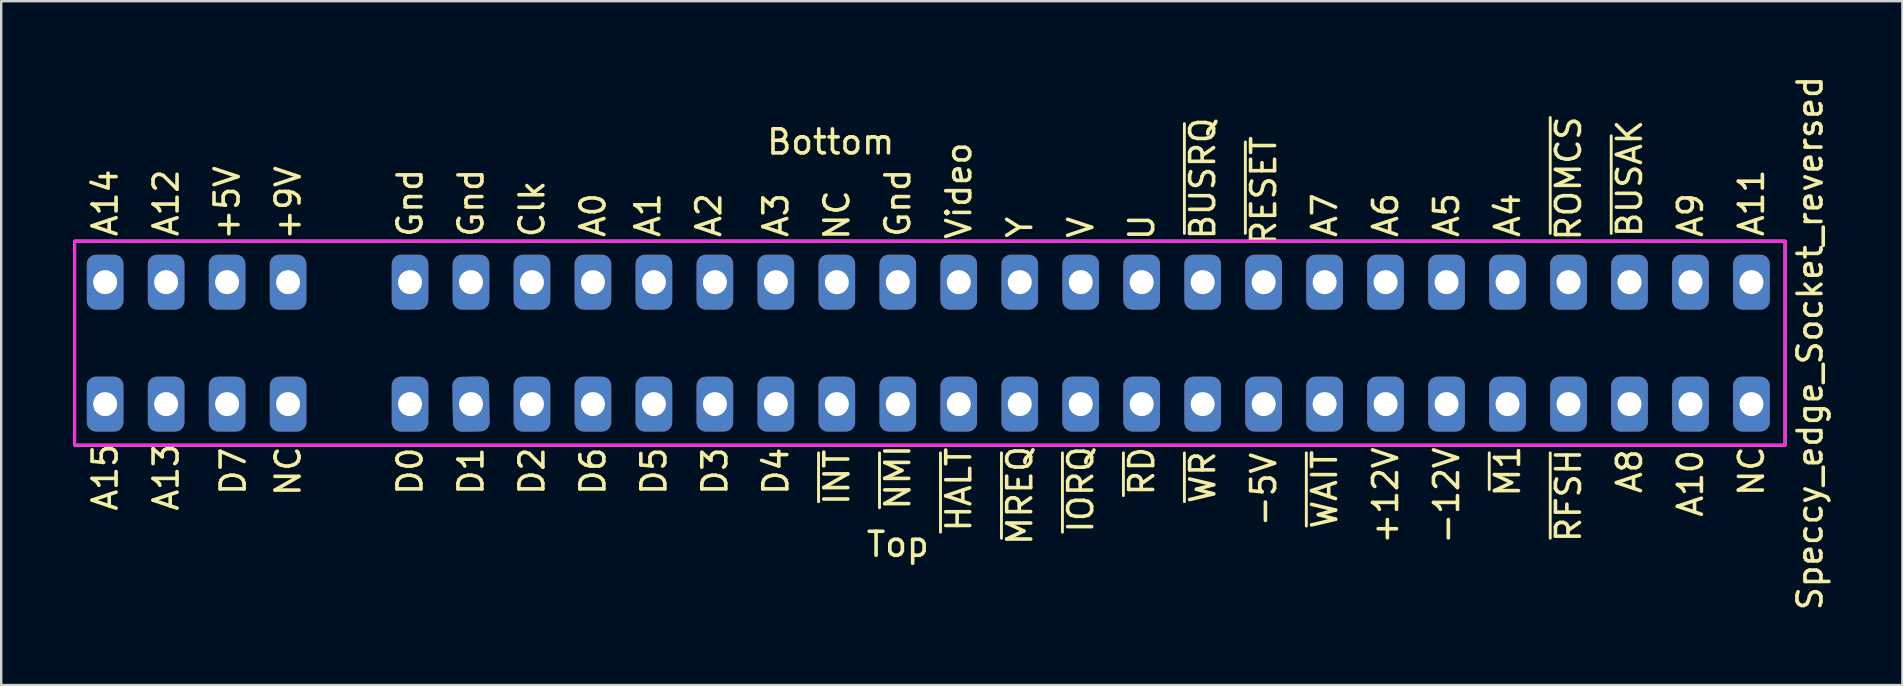
<source format=kicad_pcb>
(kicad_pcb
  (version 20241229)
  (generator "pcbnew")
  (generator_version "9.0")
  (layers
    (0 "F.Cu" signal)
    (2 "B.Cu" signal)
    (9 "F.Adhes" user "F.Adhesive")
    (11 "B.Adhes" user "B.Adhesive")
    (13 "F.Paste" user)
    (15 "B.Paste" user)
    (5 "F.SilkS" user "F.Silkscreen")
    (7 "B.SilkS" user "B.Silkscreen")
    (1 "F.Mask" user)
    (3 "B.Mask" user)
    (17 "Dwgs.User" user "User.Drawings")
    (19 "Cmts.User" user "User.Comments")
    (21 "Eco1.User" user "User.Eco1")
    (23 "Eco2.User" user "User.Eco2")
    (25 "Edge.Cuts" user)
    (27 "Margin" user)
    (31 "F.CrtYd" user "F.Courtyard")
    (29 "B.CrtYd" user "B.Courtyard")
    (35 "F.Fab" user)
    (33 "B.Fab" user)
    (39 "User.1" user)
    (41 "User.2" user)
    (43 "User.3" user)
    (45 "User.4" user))
  (footprint "Speccy_edge_Socket_reversed"
    (layer "F.Cu")
    (at 34.35 11.244)
    (property "Reference" "Speccy_edge_Socket_reversed" (at 38 0 90) (unlocked yes) (layer "F.SilkS") (effects (font (size 1 1) (thickness 0.15))))
    (attr smd)
    (fp_line (start -3.302 6.604) (end -3.302 4.572) (stroke (width 0.12) (type solid)) (layer "F.SilkS"))
    (fp_line (start -0.762 6.858) (end -0.762 4.572) (stroke (width 0.12) (type solid)) (layer "F.SilkS"))
    (fp_line (start 1.778 7.874) (end 1.778 4.572) (stroke (width 0.12) (type solid)) (layer "F.SilkS"))
    (fp_line (start 4.318 8.128) (end 4.318 4.572) (stroke (width 0.12) (type solid)) (layer "F.SilkS"))
    (fp_line (start 6.858 7.874) (end 6.858 4.572) (stroke (width 0.12) (type solid)) (layer "F.SilkS"))
    (fp_line (start 9.398 6.35) (end 9.398 4.572) (stroke (width 0.12) (type solid)) (layer "F.SilkS"))
    (fp_line (start 11.938 -4.572) (end 11.938 -9.144) (stroke (width 0.12) (type solid)) (layer "F.SilkS"))
    (fp_line (start 11.938 6.604) (end 11.938 4.572) (stroke (width 0.12) (type solid)) (layer "F.SilkS"))
    (fp_line (start 14.478 -4.572) (end 14.478 -8.382) (stroke (width 0.12) (type solid)) (layer "F.SilkS"))
    (fp_line (start 17.018 7.62) (end 17.018 4.572) (stroke (width 0.12) (type solid)) (layer "F.SilkS"))
    (fp_line (start 24.638 6.096) (end 24.638 4.572) (stroke (width 0.12) (type solid)) (layer "F.SilkS"))
    (fp_line (start 27.178 -4.572) (end 27.178 -9.398) (stroke (width 0.12) (type solid)) (layer "F.SilkS"))
    (fp_line (start 27.178 8.128) (end 27.178 4.572) (stroke (width 0.12) (type solid)) (layer "F.SilkS"))
    (fp_line (start 29.718 -4.572) (end 29.718 -8.636) (stroke (width 0.12) (type solid)) (layer "F.SilkS"))
    (fp_rect (start -34.29 -4.25) (end 36.96 4.25) (stroke (width 0.12) (type solid)) (fill no) (layer "F.SilkS"))
    (fp_rect (start -34.29 -4.25) (end 36.96 4.25) (stroke (width 0.12) (type solid)) (fill no) (layer "F.CrtYd"))
    (fp_rect (start -34.29 -4.25) (end 36.96 4.25) (stroke (width 0.1) (type solid)) (fill no) (layer "F.Fab"))
    (fp_text user "NC" (at -2.54 -5.334 90) (unlocked yes) (layer "F.SilkS") (effects (font (size 1 1) (thickness 0.15))))
    (fp_text user "Y" (at 5.08 -4.826 90) (unlocked yes) (layer "F.SilkS") (effects (font (size 1 1) (thickness 0.15))))
    (fp_text user "A5" (at 22.86 -5.334 90) (unlocked yes) (layer "F.SilkS") (effects (font (size 1 1) (thickness 0.15))))
    (fp_text user "RD" (at 10.16 5.334 90) (unlocked yes) (layer "F.SilkS") (effects (font (size 1 1) (thickness 0.15))))
    (fp_text user "RFSH" (at 27.94 6.35 90) (unlocked yes) (layer "F.SilkS") (effects (font (size 1 1) (thickness 0.15))))
    (fp_text user "A6" (at 20.32 -5.334 90) (unlocked yes) (layer "F.SilkS") (effects (font (size 1 1) (thickness 0.15))))
    (fp_text user "NMI" (at 0 5.588 90) (unlocked yes) (layer "F.SilkS") (effects (font (size 1 1) (thickness 0.15))))
    (fp_text user "D4" (at -5.08 5.334 90) (unlocked yes) (layer "F.SilkS") (effects (font (size 1 1) (thickness 0.15))))
    (fp_text user "-12V" (at 22.86 6.35 90) (unlocked yes) (layer "F.SilkS") (effects (font (size 1 1) (thickness 0.15))))
    (fp_text user "BUSAK" (at 30.48 -6.858 90) (unlocked yes) (layer "F.SilkS") (effects (font (size 1 1) (thickness 0.15))))
    (fp_text user "Video" (at 2.54 -6.35 90) (unlocked yes) (layer "F.SilkS") (effects (font (size 1 1) (thickness 0.15))))
    (fp_text user "Top" (at 0 8.382 0) (unlocked yes) (layer "F.SilkS") (effects (font (size 1 1) (thickness 0.15))))
    (fp_text user "D1" (at -17.78 5.334 90) (unlocked yes) (layer "F.SilkS") (effects (font (size 1 1) (thickness 0.15))))
    (fp_text user "A13" (at -30.48 5.588 90) (unlocked yes) (layer "F.SilkS") (effects (font (size 1 1) (thickness 0.15))))
    (fp_text user "D6" (at -12.7 5.334 90) (unlocked yes) (layer "F.SilkS") (effects (font (size 1 1) (thickness 0.15))))
    (fp_text user "Gnd" (at 0 -5.842 90) (unlocked yes) (layer "F.SilkS") (effects (font (size 1 1) (thickness 0.15))))
    (fp_text user "A9" (at 33.02 -5.334 90) (unlocked yes) (layer "F.SilkS") (effects (font (size 1 1) (thickness 0.15))))
    (fp_text user "A8" (at 30.48 5.334 90) (unlocked yes) (layer "F.SilkS") (effects (font (size 1 1) (thickness 0.15))))
    (fp_text user "D3" (at -7.62 5.334 90) (unlocked yes) (layer "F.SilkS") (effects (font (size 1 1) (thickness 0.15))))
    (fp_text user "INT" (at -2.54 5.588 90) (unlocked yes) (layer "F.SilkS") (effects (font (size 1 1) (thickness 0.15))))
    (fp_text user "M1" (at 25.4 5.334 90) (unlocked yes) (layer "F.SilkS") (effects (font (size 1 1) (thickness 0.15))))
    (fp_text user "A10" (at 33.02 5.842 90) (unlocked yes) (layer "F.SilkS") (effects (font (size 1 1) (thickness 0.15))))
    (fp_text user "A4" (at 25.4 -5.334 90) (unlocked yes) (layer "F.SilkS") (effects (font (size 1 1) (thickness 0.15))))
    (fp_text user "NC" (at 35.56 5.334 90) (unlocked yes) (layer "F.SilkS") (effects (font (size 1 1) (thickness 0.15))))
    (fp_text user "BUSRQ" (at 12.7 -6.858 90) (unlocked yes) (layer "F.SilkS") (effects (font (size 1 1) (thickness 0.15))))
    (fp_text user "A7" (at 17.78 -5.334 90) (unlocked yes) (layer "F.SilkS") (effects (font (size 1 1) (thickness 0.15))))
    (fp_text user "Clk" (at -15.24 -5.588 90) (unlocked yes) (layer "F.SilkS") (effects (font (size 1 1) (thickness 0.15))))
    (fp_text user "A0" (at -12.7 -5.334 90) (unlocked yes) (layer "F.SilkS") (effects (font (size 1 1) (thickness 0.15))))
    (fp_text user "NC" (at -25.4 5.334 90) (unlocked yes) (layer "F.SilkS") (effects (font (size 1 1) (thickness 0.15))))
    (fp_text user "A14" (at -33.02 -5.842 90) (unlocked yes) (layer "F.SilkS") (effects (font (size 1 1) (thickness 0.15))))
    (fp_text user "Gnd" (at -17.78 -5.842 90) (unlocked yes) (layer "F.SilkS") (effects (font (size 1 1) (thickness 0.15))))
    (fp_text user "+9V" (at -25.4 -5.842 90) (unlocked yes) (layer "F.SilkS") (effects (font (size 1 1) (thickness 0.15))))
    (fp_text user "A2" (at -7.874 -5.334 90) (unlocked yes) (layer "F.SilkS") (effects (font (size 1 1) (thickness 0.15))))
    (fp_text user "-5V" (at 15.24 6.096 90) (unlocked yes) (layer "F.SilkS") (effects (font (size 1 1) (thickness 0.15))))
    (fp_text user "HALT" (at 2.54 6.096 90) (unlocked yes) (layer "F.SilkS") (effects (font (size 1 1) (thickness 0.15))))
    (fp_text user "WAIT" (at 17.78 6.096 90) (unlocked yes) (layer "F.SilkS") (effects (font (size 1 1) (thickness 0.15))))
    (fp_text user "A1" (at -10.414 -5.334 90) (unlocked yes) (layer "F.SilkS") (effects (font (size 1 1) (thickness 0.15))))
    (fp_text user "ROMCS" (at 27.94 -6.858 90) (unlocked yes) (layer "F.SilkS") (effects (font (size 1 1) (thickness 0.15))))
    (fp_text user "RESET" (at 15.24 -6.35 90) (unlocked yes) (layer "F.SilkS") (effects (font (size 1 1) (thickness 0.15))))
    (fp_text user "A3" (at -5.08 -5.334 90) (unlocked yes) (layer "F.SilkS") (effects (font (size 1 1) (thickness 0.15))))
    (fp_text user "Bottom" (at -2.794 -8.382 0) (unlocked yes) (layer "F.SilkS") (effects (font (size 1 1) (thickness 0.15))))
    (fp_text user "A15" (at -33.02 5.588 90) (unlocked yes) (layer "F.SilkS") (effects (font (size 1 1) (thickness 0.15))))
    (fp_text user "D7" (at -27.686 5.334 90) (unlocked yes) (layer "F.SilkS") (effects (font (size 1 1) (thickness 0.15))))
    (fp_text user "D5" (at -10.16 5.334 90) (unlocked yes) (layer "F.SilkS") (effects (font (size 1 1) (thickness 0.15))))
    (fp_text user "U" (at 10.16 -4.826 90) (unlocked yes) (layer "F.SilkS") (effects (font (size 1 1) (thickness 0.15))))
    (fp_text user "D2" (at -15.24 5.334 90) (unlocked yes) (layer "F.SilkS") (effects (font (size 1 1) (thickness 0.15))))
    (fp_text user "+12V" (at 20.32 6.35 90) (unlocked yes) (layer "F.SilkS") (effects (font (size 1 1) (thickness 0.15))))
    (fp_text user "Gnd" (at -20.32 -5.842 90) (unlocked yes) (layer "F.SilkS") (effects (font (size 1 1) (thickness 0.15))))
    (fp_text user "MREQ" (at 5.08 6.35 90) (unlocked yes) (layer "F.SilkS") (effects (font (size 1 1) (thickness 0.15))))
    (fp_text user "A12" (at -30.48 -5.842 90) (unlocked yes) (layer "F.SilkS") (effects (font (size 1 1) (thickness 0.15))))
    (fp_text user "D0" (at -20.32 5.334 90) (unlocked yes) (layer "F.SilkS") (effects (font (size 1 1) (thickness 0.15))))
    (fp_text user "V" (at 7.62 -4.826 90) (unlocked yes) (layer "F.SilkS") (effects (font (size 1 1) (thickness 0.15))))
    (fp_text user "A11" (at 35.56 -5.842 90) (unlocked yes) (layer "F.SilkS") (effects (font (size 1 1) (thickness 0.15))))
    (fp_text user "WR" (at 12.7 5.588 90) (unlocked yes) (layer "F.SilkS") (effects (font (size 1 1) (thickness 0.15))))
    (fp_text user "IORQ" (at 7.62 6.096 90) (unlocked yes) (layer "F.SilkS") (effects (font (size 1 1) (thickness 0.15))))
    (fp_text user "+5V" (at -27.94 -5.842 90) (unlocked yes) (layer "F.SilkS") (effects (font (size 1 1) (thickness 0.15))))
    (pad "B1" thru_hole roundrect (at -33.02 -2.54 90) (size 2.286 1.524) (drill 1) (layers "*.Cu" "*.Mask") (roundrect_rratio 0.25))
    (pad "B2" thru_hole roundrect (at -30.48 -2.54 270) (size 2.286 1.524) (drill 1) (layers "*.Cu" "*.Mask") (roundrect_rratio 0.25))
    (pad "B3" thru_hole roundrect (at -27.94 -2.54 90) (size 2.286 1.524) (drill 1) (layers "*.Cu" "*.Mask") (roundrect_rratio 0.25))
    (pad "B4" thru_hole roundrect (at -25.4 -2.54 90) (size 2.286 1.524) (drill 1) (layers "*.Cu" "*.Mask") (roundrect_rratio 0.25))
    (pad "B6" thru_hole roundrect (at -20.32 -2.54 90) (size 2.286 1.524) (drill 1) (layers "*.Cu" "*.Mask") (roundrect_rratio 0.25))
    (pad "B7" thru_hole roundrect (at -17.78 -2.54 90) (size 2.286 1.524) (drill 1) (layers "*.Cu" "*.Mask") (roundrect_rratio 0.25))
    (pad "B8" thru_hole roundrect (at -15.24 -2.54 90) (size 2.286 1.524) (drill 1) (layers "*.Cu" "*.Mask") (roundrect_rratio 0.25))
    (pad "B9" thru_hole roundrect (at -12.7 -2.54 90) (size 2.286 1.524) (drill 1) (layers "*.Cu" "*.Mask") (roundrect_rratio 0.25))
    (pad "B10" thru_hole roundrect (at -10.16 -2.54 90) (size 2.286 1.524) (drill 1) (layers "*.Cu" "*.Mask") (roundrect_rratio 0.25))
    (pad "B11" thru_hole roundrect (at -7.62 -2.54 90) (size 2.286 1.524) (drill 1) (layers "*.Cu" "*.Mask") (roundrect_rratio 0.25))
    (pad "B12" thru_hole roundrect (at -5.08 -2.54 90) (size 2.286 1.524) (drill 1) (layers "*.Cu" "*.Mask") (roundrect_rratio 0.25))
    (pad "B13" thru_hole roundrect (at -2.54 -2.54 90) (size 2.286 1.524) (drill 1) (layers "*.Cu" "*.Mask") (roundrect_rratio 0.25))
    (pad "B14" thru_hole roundrect (at 0 -2.54 90) (size 2.286 1.524) (drill 1) (layers "*.Cu" "*.Mask") (roundrect_rratio 0.25))
    (pad "B15" thru_hole roundrect (at 2.54 -2.54 90) (size 2.286 1.524) (drill 1) (layers "*.Cu" "*.Mask") (roundrect_rratio 0.25))
    (pad "B16" thru_hole roundrect (at 5.08 -2.54 90) (size 2.286 1.524) (drill 1) (layers "*.Cu" "*.Mask") (roundrect_rratio 0.25))
    (pad "B17" thru_hole roundrect (at 7.62 -2.54 90) (size 2.286 1.524) (drill 1) (layers "*.Cu" "*.Mask") (roundrect_rratio 0.25))
    (pad "B18" thru_hole roundrect (at 10.16 -2.54 90) (size 2.286 1.524) (drill 1) (layers "*.Cu" "*.Mask") (roundrect_rratio 0.25))
    (pad "B19" thru_hole roundrect (at 12.7 -2.54 90) (size 2.286 1.524) (drill 1) (layers "*.Cu" "*.Mask") (roundrect_rratio 0.25))
    (pad "B20" thru_hole roundrect (at 15.24 -2.54 90) (size 2.286 1.524) (drill 1) (layers "*.Cu" "*.Mask") (roundrect_rratio 0.25))
    (pad "B21" thru_hole roundrect (at 17.78 -2.54 90) (size 2.286 1.524) (drill 1) (layers "*.Cu" "*.Mask") (roundrect_rratio 0.25))
    (pad "B22" thru_hole roundrect (at 20.32 -2.54 90) (size 2.286 1.524) (drill 1) (layers "*.Cu" "*.Mask") (roundrect_rratio 0.25))
    (pad "B23" thru_hole roundrect (at 22.86 -2.54 90) (size 2.286 1.524) (drill 1) (layers "*.Cu" "*.Mask") (roundrect_rratio 0.25))
    (pad "B24" thru_hole roundrect (at 25.4 -2.54 90) (size 2.286 1.524) (drill 1) (layers "*.Cu" "*.Mask") (roundrect_rratio 0.25))
    (pad "B25" thru_hole roundrect (at 27.94 -2.54 90) (size 2.286 1.524) (drill 1) (layers "*.Cu" "*.Mask") (roundrect_rratio 0.25))
    (pad "B26" thru_hole roundrect (at 30.48 -2.54 90) (size 2.286 1.524) (drill 1) (layers "*.Cu" "*.Mask") (roundrect_rratio 0.25))
    (pad "B27" thru_hole roundrect (at 33.02 -2.54 90) (size 2.286 1.524) (drill 1) (layers "*.Cu" "*.Mask") (roundrect_rratio 0.25))
    (pad "B28" thru_hole roundrect (at 35.56 -2.54 90) (size 2.286 1.524) (drill 1) (layers "*.Cu" "*.Mask") (roundrect_rratio 0.25))
    (pad "U1" thru_hole roundrect (at -33.02 2.54 90) (size 2.286 1.524) (drill 1) (layers "*.Cu" "*.Mask") (roundrect_rratio 0.25))
    (pad "U2" thru_hole roundrect (at -30.48 2.54 90) (size 2.286 1.524) (drill 1) (layers "*.Cu" "*.Mask") (roundrect_rratio 0.25))
    (pad "U3" thru_hole roundrect (at -27.94 2.54 90) (size 2.286 1.524) (drill 1) (layers "*.Cu" "*.Mask") (roundrect_rratio 0.25))
    (pad "U4" thru_hole roundrect (at -25.4 2.54 90) (size 2.286 1.524) (drill 1) (layers "*.Cu" "*.Mask") (roundrect_rratio 0.25))
    (pad "U6" thru_hole roundrect (at -20.32 2.54 90) (size 2.286 1.524) (drill 1) (layers "*.Cu" "*.Mask") (roundrect_rratio 0.25))
    (pad "U7" thru_hole roundrect (at -17.78 2.54 91) (size 2.286 1.524) (drill 1) (layers "*.Cu" "*.Mask") (roundrect_rratio 0.25))
    (pad "U8" thru_hole roundrect (at -15.24 2.54 90) (size 2.286 1.524) (drill 1) (layers "*.Cu" "*.Mask") (roundrect_rratio 0.25))
    (pad "U9" thru_hole roundrect (at -12.7 2.54 90) (size 2.286 1.524) (drill 1) (layers "*.Cu" "*.Mask") (roundrect_rratio 0.25))
    (pad "U10" thru_hole roundrect (at -10.16 2.54 90) (size 2.286 1.524) (drill 1) (layers "*.Cu" "*.Mask") (roundrect_rratio 0.25))
    (pad "U11" thru_hole roundrect (at -7.62 2.54 90) (size 2.286 1.524) (drill 1) (layers "*.Cu" "*.Mask") (roundrect_rratio 0.25))
    (pad "U12" thru_hole roundrect (at -5.08 2.54 90) (size 2.286 1.524) (drill 1) (layers "*.Cu" "*.Mask") (roundrect_rratio 0.25))
    (pad "U13" thru_hole roundrect (at -2.54 2.54 90) (size 2.286 1.524) (drill 1) (layers "*.Cu" "*.Mask") (roundrect_rratio 0.25))
    (pad "U14" thru_hole roundrect (at 0 2.54 90) (size 2.286 1.524) (drill 1) (layers "*.Cu" "*.Mask") (roundrect_rratio 0.25))
    (pad "U15" thru_hole roundrect (at 2.54 2.54 90) (size 2.286 1.524) (drill 1) (layers "*.Cu" "*.Mask") (roundrect_rratio 0.25))
    (pad "U16" thru_hole roundrect (at 5.08 2.54 90) (size 2.286 1.524) (drill 1) (layers "*.Cu" "*.Mask") (roundrect_rratio 0.25))
    (pad "U17" thru_hole roundrect (at 7.62 2.54 90) (size 2.286 1.524) (drill 1) (layers "*.Cu" "*.Mask") (roundrect_rratio 0.25))
    (pad "U18" thru_hole roundrect (at 10.16 2.54 90) (size 2.286 1.524) (drill 1) (layers "*.Cu" "*.Mask") (roundrect_rratio 0.25))
    (pad "U19" thru_hole roundrect (at 12.7 2.54 90) (size 2.286 1.524) (drill 1) (layers "*.Cu" "*.Mask") (roundrect_rratio 0.25))
    (pad "U20" thru_hole roundrect (at 15.24 2.54 90) (size 2.286 1.524) (drill 1) (layers "*.Cu" "*.Mask") (roundrect_rratio 0.25))
    (pad "U21" thru_hole roundrect (at 17.78 2.54 90) (size 2.286 1.524) (drill 1) (layers "*.Cu" "*.Mask") (roundrect_rratio 0.25))
    (pad "U22" thru_hole roundrect (at 20.32 2.54 90) (size 2.286 1.524) (drill 1) (layers "*.Cu" "*.Mask") (roundrect_rratio 0.25))
    (pad "U23" thru_hole roundrect (at 22.86 2.54 90) (size 2.286 1.524) (drill 1) (layers "*.Cu" "*.Mask") (roundrect_rratio 0.25))
    (pad "U24" thru_hole roundrect (at 25.4 2.54 90) (size 2.286 1.524) (drill 1) (layers "*.Cu" "*.Mask") (roundrect_rratio 0.25))
    (pad "U25" thru_hole roundrect (at 27.94 2.54 90) (size 2.286 1.524) (drill 1) (layers "*.Cu" "*.Mask") (roundrect_rratio 0.25))
    (pad "U26" thru_hole roundrect (at 30.48 2.54 90) (size 2.286 1.524) (drill 1) (layers "*.Cu" "*.Mask") (roundrect_rratio 0.25))
    (pad "U27" thru_hole roundrect (at 33.02 2.54 90) (size 2.286 1.524) (drill 1) (layers "*.Cu" "*.Mask") (roundrect_rratio 0.25))
    (pad "U28" thru_hole roundrect (at 35.56 2.54 90) (size 2.286 1.524) (drill 1) (layers "*.Cu" "*.Mask") (roundrect_rratio 0.25)))
  (gr_rect
    (start -3 -3)
    (end 76.198 25.488)
    (stroke (width 0.1) (type default))
    (fill no)
    (layer "Edge.Cuts")))
</source>
